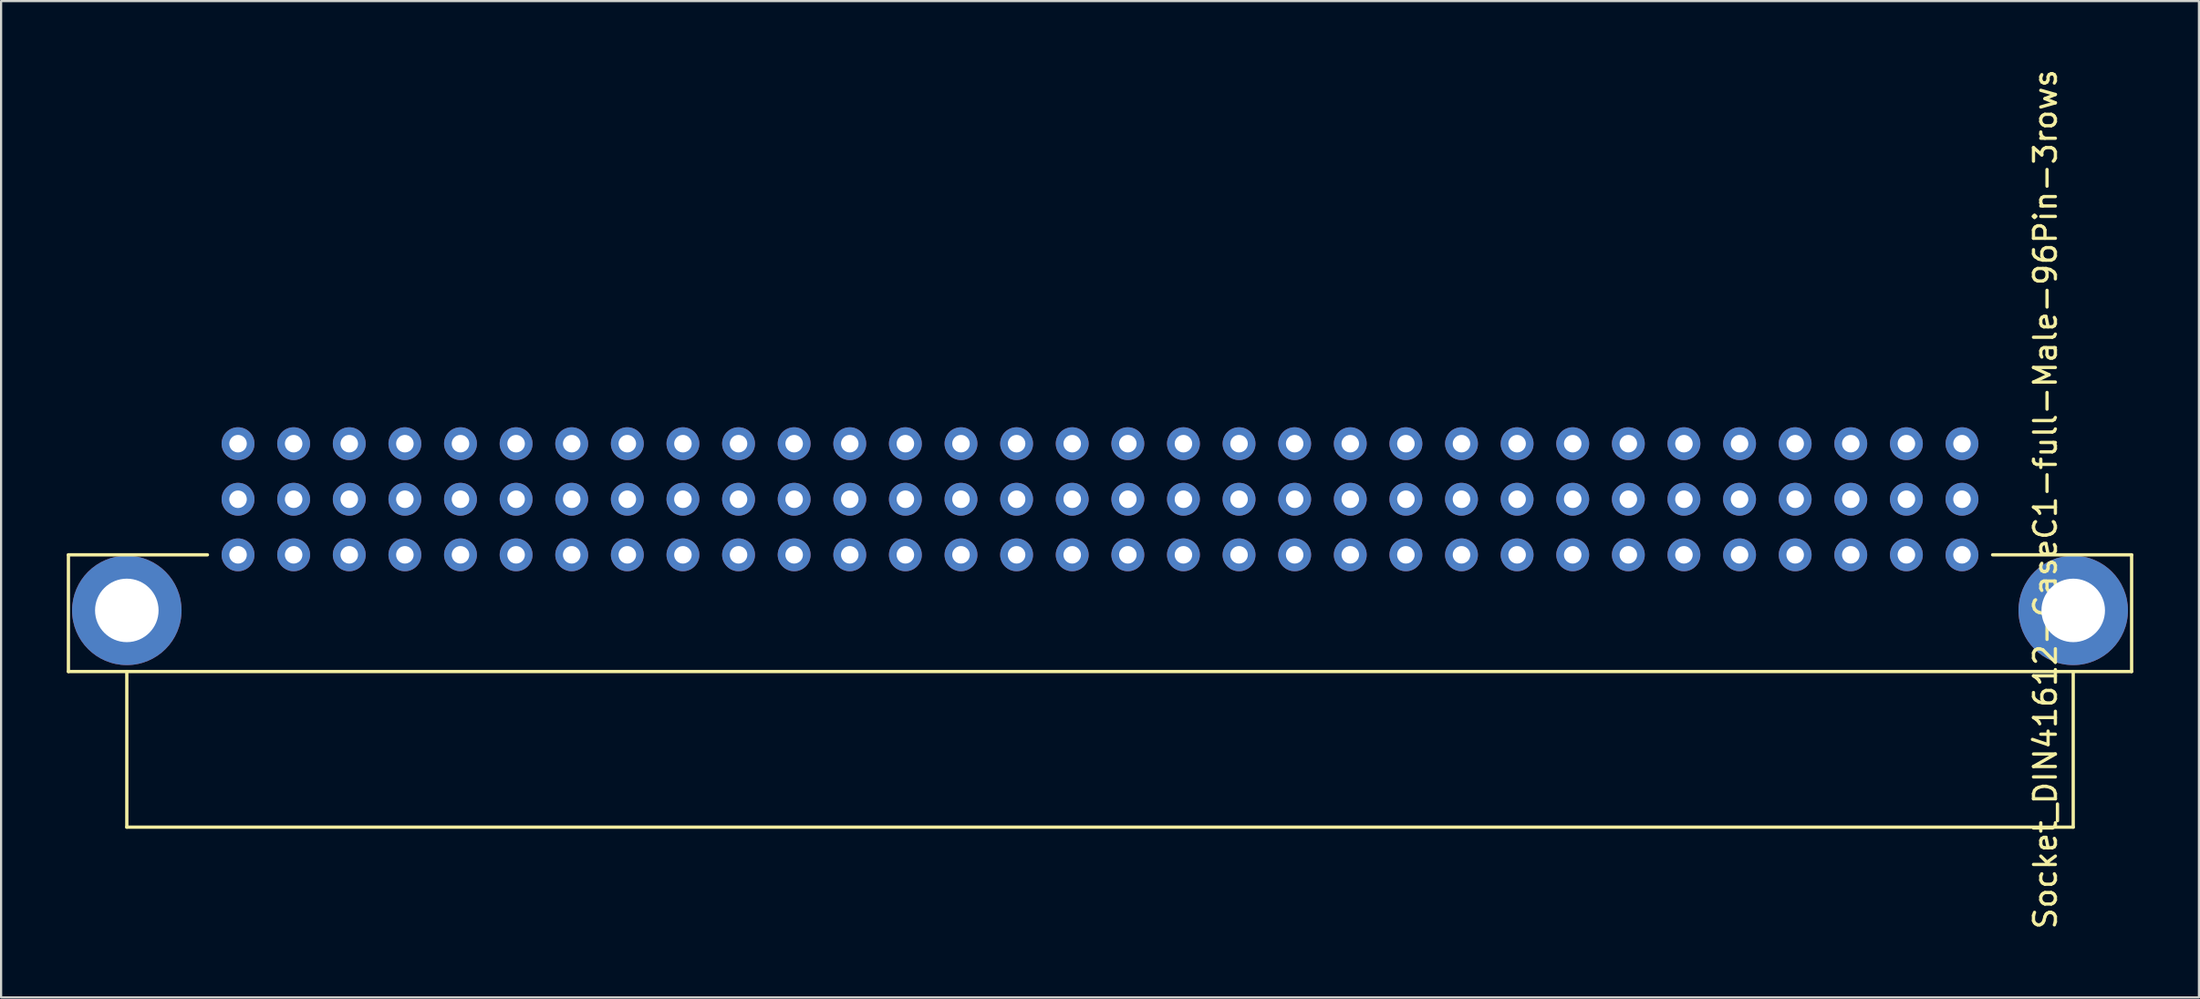
<source format=kicad_pcb>
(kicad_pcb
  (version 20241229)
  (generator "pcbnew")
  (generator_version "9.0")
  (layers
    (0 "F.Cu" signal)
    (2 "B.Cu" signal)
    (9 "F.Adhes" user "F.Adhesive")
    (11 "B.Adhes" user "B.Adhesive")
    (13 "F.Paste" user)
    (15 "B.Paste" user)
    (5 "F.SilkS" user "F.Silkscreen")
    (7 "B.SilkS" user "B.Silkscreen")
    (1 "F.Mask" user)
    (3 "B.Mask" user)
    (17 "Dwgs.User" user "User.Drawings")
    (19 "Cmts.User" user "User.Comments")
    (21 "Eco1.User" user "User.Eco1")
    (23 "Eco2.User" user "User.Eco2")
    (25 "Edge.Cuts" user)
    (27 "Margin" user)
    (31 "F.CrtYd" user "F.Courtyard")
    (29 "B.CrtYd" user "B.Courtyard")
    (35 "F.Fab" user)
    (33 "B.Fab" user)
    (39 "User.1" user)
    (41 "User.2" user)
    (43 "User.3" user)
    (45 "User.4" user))
  (footprint "Socket_DIN41612-CaseC1-full-Male-96Pin-3rows"
    (layer "F.Cu")
    (at 47.192 19.768)
    (property "Reference" "Socket_DIN41612-CaseC1-full-Male-96Pin-3rows" (at 43.18 0 90) (layer "F.SilkS") (effects (font (size 1 1) (thickness 0.15))))
    (attr through_hole)
    (fp_line (start -47.117 2.54) (end -40.767 2.54) (stroke (width 0.15) (type solid)) (layer "F.SilkS"))
    (fp_line (start -47.117 7.874) (end -47.117 2.54) (stroke (width 0.15) (type solid)) (layer "F.SilkS"))
    (fp_line (start -44.45 14.986) (end -44.45 7.874) (stroke (width 0.15) (type solid)) (layer "F.SilkS"))
    (fp_line (start 44.45 7.874) (end 44.45 14.986) (stroke (width 0.15) (type solid)) (layer "F.SilkS"))
    (fp_line (start 44.45 14.986) (end -44.45 14.986) (stroke (width 0.15) (type solid)) (layer "F.SilkS"))
    (fp_line (start 47.117 2.54) (end 40.767 2.54) (stroke (width 0.15) (type solid)) (layer "F.SilkS"))
    (fp_line (start 47.117 2.54) (end 47.117 7.874) (stroke (width 0.15) (type solid)) (layer "F.SilkS"))
    (fp_line (start 47.117 7.874) (end -47.117 7.874) (stroke (width 0.15) (type solid)) (layer "F.SilkS"))
    (pad "1" thru_hole circle (at -44.45 5.08) (size 5 5) (drill 2.901) (layers "*.Cu" "*.Mask"))
    (pad "1" thru_hole circle (at 44.45 5.08) (size 5 5) (drill 2.901) (layers "*.Cu" "*.Mask"))
    (pad "A1" thru_hole circle (at 39.37 2.54 180) (size 1.501 1.501) (drill 0.8) (layers "*.Cu" "*.Mask"))
    (pad "A2" thru_hole circle (at 36.83 2.54 180) (size 1.501 1.501) (drill 0.8) (layers "*.Cu" "*.Mask"))
    (pad "A3" thru_hole circle (at 34.29 2.54 180) (size 1.501 1.501) (drill 0.8) (layers "*.Cu" "*.Mask"))
    (pad "A4" thru_hole circle (at 31.75 2.54 180) (size 1.501 1.501) (drill 0.8) (layers "*.Cu" "*.Mask"))
    (pad "A5" thru_hole circle (at 29.21 2.54 180) (size 1.501 1.501) (drill 0.8) (layers "*.Cu" "*.Mask"))
    (pad "A6" thru_hole circle (at 26.67 2.54 180) (size 1.501 1.501) (drill 0.8) (layers "*.Cu" "*.Mask"))
    (pad "A7" thru_hole circle (at 24.13 2.54 180) (size 1.501 1.501) (drill 0.8) (layers "*.Cu" "*.Mask"))
    (pad "A8" thru_hole circle (at 21.59 2.54 180) (size 1.501 1.501) (drill 0.8) (layers "*.Cu" "*.Mask"))
    (pad "A9" thru_hole circle (at 19.05 2.54 180) (size 1.501 1.501) (drill 0.8) (layers "*.Cu" "*.Mask"))
    (pad "A10" thru_hole circle (at 16.51 2.54 180) (size 1.501 1.501) (drill 0.8) (layers "*.Cu" "*.Mask"))
    (pad "A11" thru_hole circle (at 13.97 2.54 180) (size 1.501 1.501) (drill 0.8) (layers "*.Cu" "*.Mask"))
    (pad "A12" thru_hole circle (at 11.43 2.54 180) (size 1.501 1.501) (drill 0.8) (layers "*.Cu" "*.Mask"))
    (pad "A13" thru_hole circle (at 8.89 2.54 180) (size 1.501 1.501) (drill 0.8) (layers "*.Cu" "*.Mask"))
    (pad "A14" thru_hole circle (at 6.35 2.54 180) (size 1.501 1.501) (drill 0.8) (layers "*.Cu" "*.Mask"))
    (pad "A15" thru_hole circle (at 3.81 2.54 180) (size 1.501 1.501) (drill 0.8) (layers "*.Cu" "*.Mask"))
    (pad "A16" thru_hole circle (at 1.27 2.54 180) (size 1.501 1.501) (drill 0.8) (layers "*.Cu" "*.Mask"))
    (pad "A17" thru_hole circle (at -1.27 2.54 180) (size 1.501 1.501) (drill 0.8) (layers "*.Cu" "*.Mask"))
    (pad "A18" thru_hole circle (at -3.81 2.54 180) (size 1.501 1.501) (drill 0.8) (layers "*.Cu" "*.Mask"))
    (pad "A19" thru_hole circle (at -6.35 2.54 180) (size 1.501 1.501) (drill 0.8) (layers "*.Cu" "*.Mask"))
    (pad "A20" thru_hole circle (at -8.89 2.54 180) (size 1.501 1.501) (drill 0.8) (layers "*.Cu" "*.Mask"))
    (pad "A21" thru_hole circle (at -11.43 2.54 180) (size 1.501 1.501) (drill 0.8) (layers "*.Cu" "*.Mask"))
    (pad "A22" thru_hole circle (at -13.97 2.54 180) (size 1.501 1.501) (drill 0.8) (layers "*.Cu" "*.Mask"))
    (pad "A23" thru_hole circle (at -16.51 2.54 180) (size 1.501 1.501) (drill 0.8) (layers "*.Cu" "*.Mask"))
    (pad "A24" thru_hole circle (at -19.05 2.54 180) (size 1.501 1.501) (drill 0.8) (layers "*.Cu" "*.Mask"))
    (pad "A25" thru_hole circle (at -21.59 2.54 180) (size 1.501 1.501) (drill 0.8) (layers "*.Cu" "*.Mask"))
    (pad "A26" thru_hole circle (at -24.13 2.54 180) (size 1.501 1.501) (drill 0.8) (layers "*.Cu" "*.Mask"))
    (pad "A27" thru_hole circle (at -26.67 2.54 180) (size 1.501 1.501) (drill 0.8) (layers "*.Cu" "*.Mask"))
    (pad "A28" thru_hole circle (at -29.21 2.54 180) (size 1.501 1.501) (drill 0.8) (layers "*.Cu" "*.Mask"))
    (pad "A29" thru_hole circle (at -31.75 2.54 180) (size 1.501 1.501) (drill 0.8) (layers "*.Cu" "*.Mask"))
    (pad "A30" thru_hole circle (at -34.29 2.54 180) (size 1.501 1.501) (drill 0.8) (layers "*.Cu" "*.Mask"))
    (pad "A31" thru_hole circle (at -36.83 2.54 180) (size 1.501 1.501) (drill 0.8) (layers "*.Cu" "*.Mask"))
    (pad "A32" thru_hole circle (at -39.37 2.54 180) (size 1.501 1.501) (drill 0.8) (layers "*.Cu" "*.Mask"))
    (pad "B1" thru_hole circle (at 39.37 0 180) (size 1.501 1.501) (drill 0.8) (layers "*.Cu" "*.Mask"))
    (pad "B2" thru_hole circle (at 36.83 0 180) (size 1.501 1.501) (drill 0.8) (layers "*.Cu" "*.Mask"))
    (pad "B3" thru_hole circle (at 34.29 0 180) (size 1.501 1.501) (drill 0.8) (layers "*.Cu" "*.Mask"))
    (pad "B4" thru_hole circle (at 31.75 0 180) (size 1.501 1.501) (drill 0.8) (layers "*.Cu" "*.Mask"))
    (pad "B5" thru_hole circle (at 29.21 0 180) (size 1.501 1.501) (drill 0.8) (layers "*.Cu" "*.Mask"))
    (pad "B6" thru_hole circle (at 26.67 0 180) (size 1.501 1.501) (drill 0.8) (layers "*.Cu" "*.Mask"))
    (pad "B7" thru_hole circle (at 24.13 0 180) (size 1.501 1.501) (drill 0.8) (layers "*.Cu" "*.Mask"))
    (pad "B8" thru_hole circle (at 21.59 0 180) (size 1.501 1.501) (drill 0.8) (layers "*.Cu" "*.Mask"))
    (pad "B9" thru_hole circle (at 19.05 0 180) (size 1.501 1.501) (drill 0.8) (layers "*.Cu" "*.Mask"))
    (pad "B10" thru_hole circle (at 16.51 0 180) (size 1.501 1.501) (drill 0.8) (layers "*.Cu" "*.Mask"))
    (pad "B11" thru_hole circle (at 13.97 0 180) (size 1.501 1.501) (drill 0.8) (layers "*.Cu" "*.Mask"))
    (pad "B12" thru_hole circle (at 11.43 0 180) (size 1.501 1.501) (drill 0.8) (layers "*.Cu" "*.Mask"))
    (pad "B13" thru_hole circle (at 8.89 0 180) (size 1.501 1.501) (drill 0.8) (layers "*.Cu" "*.Mask"))
    (pad "B14" thru_hole circle (at 6.35 0 180) (size 1.501 1.501) (drill 0.8) (layers "*.Cu" "*.Mask"))
    (pad "B15" thru_hole circle (at 3.81 0 180) (size 1.501 1.501) (drill 0.8) (layers "*.Cu" "*.Mask"))
    (pad "B16" thru_hole circle (at 1.27 0 180) (size 1.501 1.501) (drill 0.8) (layers "*.Cu" "*.Mask"))
    (pad "B17" thru_hole circle (at -1.27 0 180) (size 1.501 1.501) (drill 0.8) (layers "*.Cu" "*.Mask"))
    (pad "B18" thru_hole circle (at -3.81 0 180) (size 1.501 1.501) (drill 0.8) (layers "*.Cu" "*.Mask"))
    (pad "B19" thru_hole circle (at -6.35 0 180) (size 1.501 1.501) (drill 0.8) (layers "*.Cu" "*.Mask"))
    (pad "B20" thru_hole circle (at -8.89 0 180) (size 1.501 1.501) (drill 0.8) (layers "*.Cu" "*.Mask"))
    (pad "B21" thru_hole circle (at -11.43 0 180) (size 1.501 1.501) (drill 0.8) (layers "*.Cu" "*.Mask"))
    (pad "B22" thru_hole circle (at -13.97 0 180) (size 1.501 1.501) (drill 0.8) (layers "*.Cu" "*.Mask"))
    (pad "B23" thru_hole circle (at -16.51 0 180) (size 1.501 1.501) (drill 0.8) (layers "*.Cu" "*.Mask"))
    (pad "B24" thru_hole circle (at -19.05 0 180) (size 1.501 1.501) (drill 0.8) (layers "*.Cu" "*.Mask"))
    (pad "B25" thru_hole circle (at -21.59 0 180) (size 1.501 1.501) (drill 0.8) (layers "*.Cu" "*.Mask"))
    (pad "B26" thru_hole circle (at -24.13 0 180) (size 1.501 1.501) (drill 0.8) (layers "*.Cu" "*.Mask"))
    (pad "B27" thru_hole circle (at -26.67 0 180) (size 1.501 1.501) (drill 0.8) (layers "*.Cu" "*.Mask"))
    (pad "B28" thru_hole circle (at -29.21 0 180) (size 1.501 1.501) (drill 0.8) (layers "*.Cu" "*.Mask"))
    (pad "B29" thru_hole circle (at -31.75 0 180) (size 1.501 1.501) (drill 0.8) (layers "*.Cu" "*.Mask"))
    (pad "B30" thru_hole circle (at -34.29 0 180) (size 1.501 1.501) (drill 0.8) (layers "*.Cu" "*.Mask"))
    (pad "B31" thru_hole circle (at -36.83 0 180) (size 1.501 1.501) (drill 0.8) (layers "*.Cu" "*.Mask"))
    (pad "B32" thru_hole circle (at -39.37 0 180) (size 1.501 1.501) (drill 0.8) (layers "*.Cu" "*.Mask"))
    (pad "C1" thru_hole circle (at 39.37 -2.54 180) (size 1.501 1.501) (drill 0.8) (layers "*.Cu" "*.Mask"))
    (pad "C2" thru_hole circle (at 36.83 -2.54 180) (size 1.501 1.501) (drill 0.8) (layers "*.Cu" "*.Mask"))
    (pad "C3" thru_hole circle (at 34.29 -2.54 180) (size 1.501 1.501) (drill 0.8) (layers "*.Cu" "*.Mask"))
    (pad "C4" thru_hole circle (at 31.75 -2.54 180) (size 1.501 1.501) (drill 0.8) (layers "*.Cu" "*.Mask"))
    (pad "C5" thru_hole circle (at 29.21 -2.54 180) (size 1.501 1.501) (drill 0.8) (layers "*.Cu" "*.Mask"))
    (pad "C6" thru_hole circle (at 26.67 -2.54 180) (size 1.501 1.501) (drill 0.8) (layers "*.Cu" "*.Mask"))
    (pad "C7" thru_hole circle (at 24.13 -2.54 180) (size 1.501 1.501) (drill 0.8) (layers "*.Cu" "*.Mask"))
    (pad "C8" thru_hole circle (at 21.59 -2.54 180) (size 1.501 1.501) (drill 0.8) (layers "*.Cu" "*.Mask"))
    (pad "C9" thru_hole circle (at 19.05 -2.54 180) (size 1.501 1.501) (drill 0.8) (layers "*.Cu" "*.Mask"))
    (pad "C10" thru_hole circle (at 16.51 -2.54 180) (size 1.501 1.501) (drill 0.8) (layers "*.Cu" "*.Mask"))
    (pad "C11" thru_hole circle (at 13.97 -2.54 180) (size 1.501 1.501) (drill 0.8) (layers "*.Cu" "*.Mask"))
    (pad "C12" thru_hole circle (at 11.43 -2.54 180) (size 1.501 1.501) (drill 0.8) (layers "*.Cu" "*.Mask"))
    (pad "C13" thru_hole circle (at 8.89 -2.54 180) (size 1.501 1.501) (drill 0.8) (layers "*.Cu" "*.Mask"))
    (pad "C14" thru_hole circle (at 6.35 -2.54 180) (size 1.501 1.501) (drill 0.8) (layers "*.Cu" "*.Mask"))
    (pad "C15" thru_hole circle (at 3.81 -2.54 180) (size 1.501 1.501) (drill 0.8) (layers "*.Cu" "*.Mask"))
    (pad "C16" thru_hole circle (at 1.27 -2.54 180) (size 1.501 1.501) (drill 0.8) (layers "*.Cu" "*.Mask"))
    (pad "C17" thru_hole circle (at -1.27 -2.54 180) (size 1.501 1.501) (drill 0.8) (layers "*.Cu" "*.Mask"))
    (pad "C18" thru_hole circle (at -3.81 -2.54 180) (size 1.501 1.501) (drill 0.8) (layers "*.Cu" "*.Mask"))
    (pad "C19" thru_hole circle (at -6.35 -2.54 180) (size 1.501 1.501) (drill 0.8) (layers "*.Cu" "*.Mask"))
    (pad "C20" thru_hole circle (at -8.89 -2.54 180) (size 1.501 1.501) (drill 0.8) (layers "*.Cu" "*.Mask"))
    (pad "C21" thru_hole circle (at -11.43 -2.54 180) (size 1.501 1.501) (drill 0.8) (layers "*.Cu" "*.Mask"))
    (pad "C22" thru_hole circle (at -13.97 -2.54 180) (size 1.501 1.501) (drill 0.8) (layers "*.Cu" "*.Mask"))
    (pad "C23" thru_hole circle (at -16.51 -2.54 180) (size 1.501 1.501) (drill 0.8) (layers "*.Cu" "*.Mask"))
    (pad "C24" thru_hole circle (at -19.05 -2.54 180) (size 1.501 1.501) (drill 0.8) (layers "*.Cu" "*.Mask"))
    (pad "C25" thru_hole circle (at -21.59 -2.54 180) (size 1.501 1.501) (drill 0.8) (layers "*.Cu" "*.Mask"))
    (pad "C26" thru_hole circle (at -24.13 -2.54 180) (size 1.501 1.501) (drill 0.8) (layers "*.Cu" "*.Mask"))
    (pad "C27" thru_hole circle (at -26.67 -2.54 180) (size 1.501 1.501) (drill 0.8) (layers "*.Cu" "*.Mask"))
    (pad "C28" thru_hole circle (at -29.21 -2.54 180) (size 1.501 1.501) (drill 0.8) (layers "*.Cu" "*.Mask"))
    (pad "C29" thru_hole circle (at -31.75 -2.54 180) (size 1.501 1.501) (drill 0.8) (layers "*.Cu" "*.Mask"))
    (pad "C30" thru_hole circle (at -34.29 -2.54 180) (size 1.501 1.501) (drill 0.8) (layers "*.Cu" "*.Mask"))
    (pad "C31" thru_hole circle (at -36.83 -2.54 180) (size 1.501 1.501) (drill 0.8) (layers "*.Cu" "*.Mask"))
    (pad "C32" thru_hole circle (at -39.37 -2.54 180) (size 1.501 1.501) (drill 0.8) (layers "*.Cu" "*.Mask")))
  (gr_rect
    (start -3 -3)
    (end 97.384 42.536)
    (stroke (width 0.1) (type default))
    (fill no)
    (layer "Edge.Cuts")))
</source>
